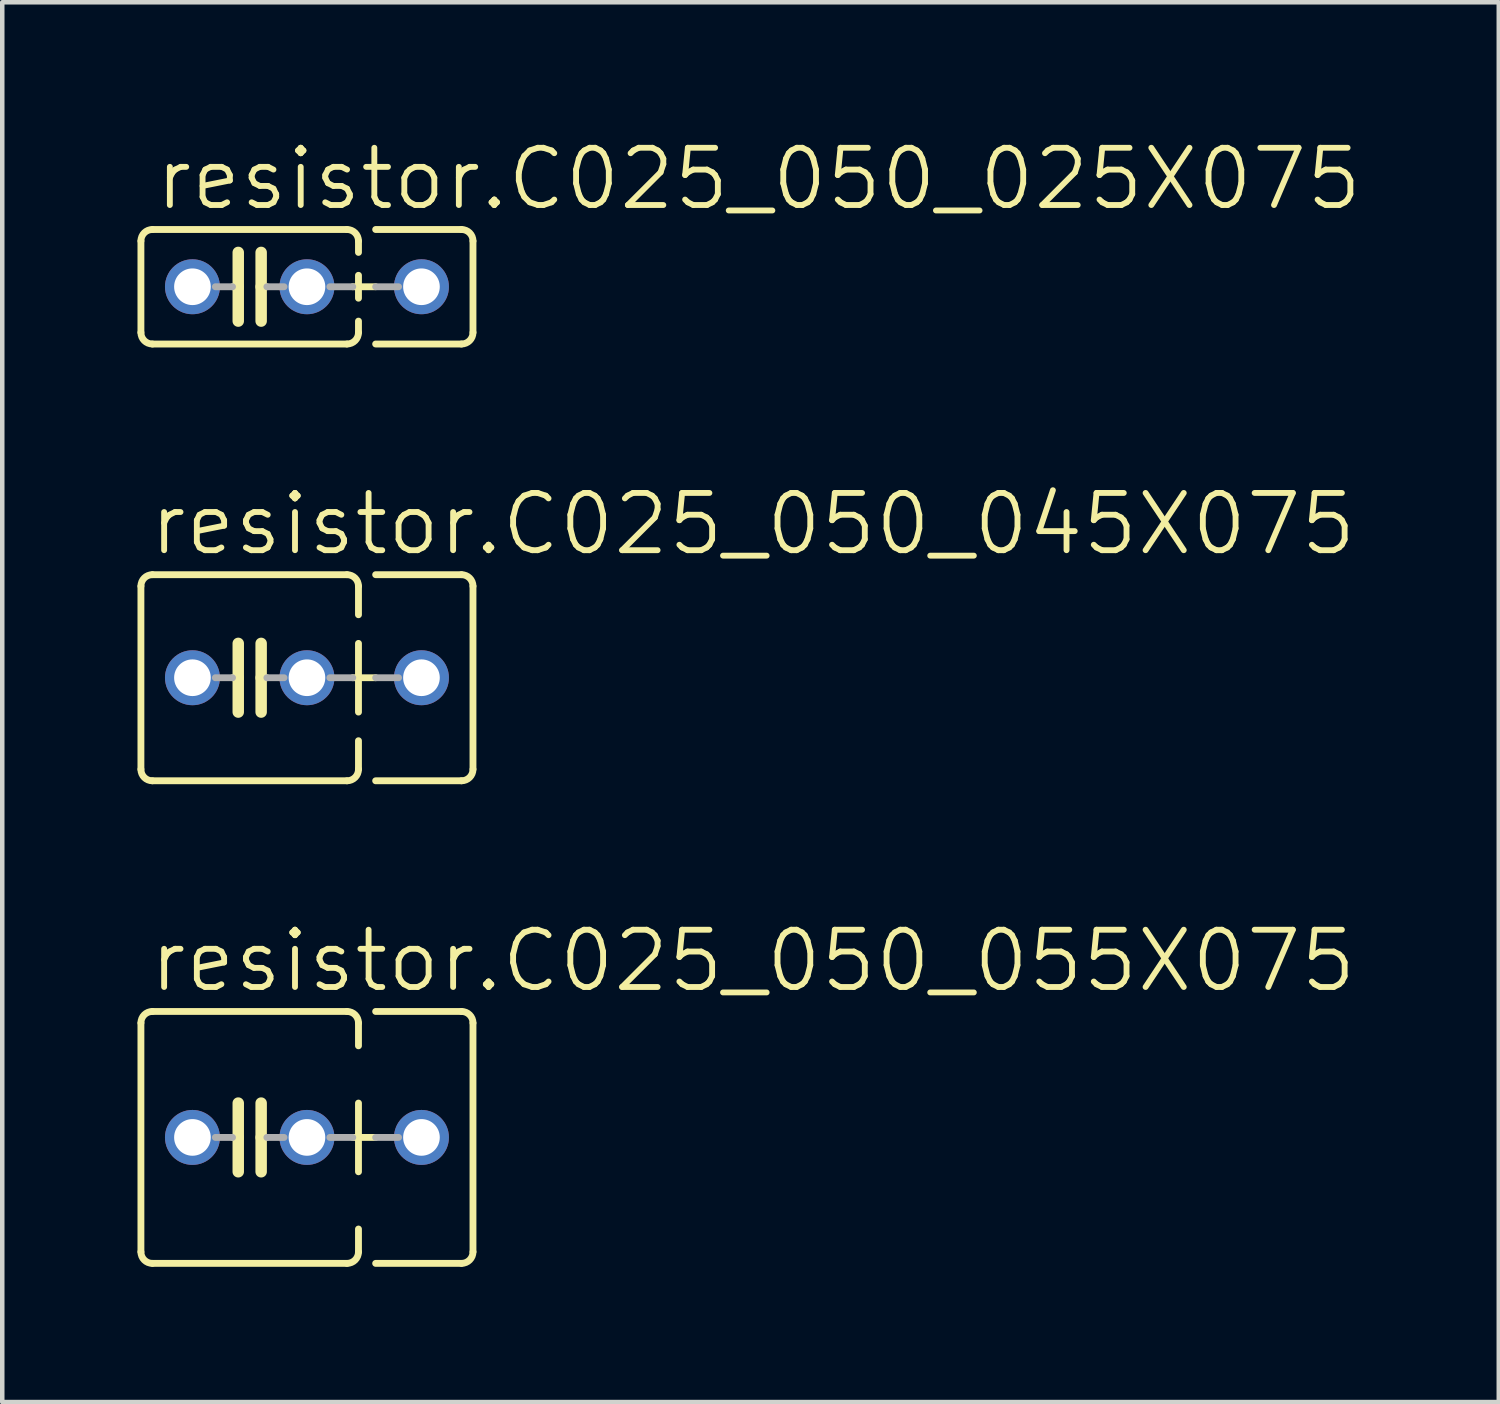
<source format=kicad_pcb>
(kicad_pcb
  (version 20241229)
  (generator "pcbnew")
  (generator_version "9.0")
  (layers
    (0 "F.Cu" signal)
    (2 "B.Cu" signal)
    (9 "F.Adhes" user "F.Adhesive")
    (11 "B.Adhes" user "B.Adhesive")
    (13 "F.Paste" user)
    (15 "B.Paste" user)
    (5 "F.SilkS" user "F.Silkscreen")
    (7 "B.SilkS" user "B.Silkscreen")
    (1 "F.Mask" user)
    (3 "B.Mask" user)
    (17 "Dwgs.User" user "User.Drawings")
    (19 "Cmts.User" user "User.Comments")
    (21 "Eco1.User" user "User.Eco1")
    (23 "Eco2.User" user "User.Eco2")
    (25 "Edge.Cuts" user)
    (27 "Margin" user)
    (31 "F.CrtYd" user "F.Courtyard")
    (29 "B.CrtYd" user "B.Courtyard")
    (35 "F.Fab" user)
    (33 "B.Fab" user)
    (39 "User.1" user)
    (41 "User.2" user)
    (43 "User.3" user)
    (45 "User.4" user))
  (footprint "resistor.C025_050_055X075"
    (layer "F.Cu")
    (at 2.489 22.181)
    (property "Reference" "resistor.C025_050_055X075" (at -2.286 -3.175 0) (layer "F.SilkS") (effects (font (size 1.27 1.27) (thickness 0.13)) (justify left bottom)))
    (attr through_hole)
    (fp_line (start -2.413 -2.54) (end -2.413 2.54) (stroke (width 0.152) (type default)) (layer "F.SilkS"))
    (fp_line (start -2.159 -2.794) (end 2.159 -2.794) (stroke (width 0.152) (type default)) (layer "F.SilkS"))
    (fp_line (start -0.254 -0.762) (end -0.254 0) (stroke (width 0.254) (type default)) (layer "F.SilkS"))
    (fp_line (start -0.254 0) (end -0.381 0) (stroke (width 0.152) (type default)) (layer "F.SilkS"))
    (fp_line (start -0.254 0) (end -0.254 0.762) (stroke (width 0.254) (type default)) (layer "F.SilkS"))
    (fp_line (start 0.254 0) (end 0.254 -0.762) (stroke (width 0.254) (type default)) (layer "F.SilkS"))
    (fp_line (start 0.254 0) (end 0.254 0.762) (stroke (width 0.254) (type default)) (layer "F.SilkS"))
    (fp_line (start 0.381 0) (end 0.254 0) (stroke (width 0.152) (type default)) (layer "F.SilkS"))
    (fp_line (start 2.159 2.794) (end -2.159 2.794) (stroke (width 0.152) (type default)) (layer "F.SilkS"))
    (fp_line (start 2.286 0) (end 2.794 0) (stroke (width 0.152) (type default)) (layer "F.SilkS"))
    (fp_line (start 2.413 -2.54) (end 2.413 -2.032) (stroke (width 0.152) (type default)) (layer "F.SilkS"))
    (fp_line (start 2.413 -0.762) (end 2.413 0.762) (stroke (width 0.152) (type default)) (layer "F.SilkS"))
    (fp_line (start 2.413 2.032) (end 2.413 2.54) (stroke (width 0.152) (type default)) (layer "F.SilkS"))
    (fp_line (start 2.794 -2.794) (end 4.699 -2.794) (stroke (width 0.152) (type default)) (layer "F.SilkS"))
    (fp_line (start 4.699 2.794) (end 2.794 2.794) (stroke (width 0.152) (type default)) (layer "F.SilkS"))
    (fp_line (start 4.953 -2.54) (end 4.953 2.54) (stroke (width 0.152) (type default)) (layer "F.SilkS"))
    (fp_arc (start -2.413 -2.54) (mid -2.338605 -2.719605) (end -2.159 -2.794) (stroke (width 0.1524) (type default)) (layer "F.SilkS"))
    (fp_arc (start -2.159 2.794) (mid -2.338605 2.719605) (end -2.413 2.54) (stroke (width 0.1524) (type default)) (layer "F.SilkS"))
    (fp_arc (start 2.159 -2.794) (mid 2.338605 -2.719605) (end 2.413 -2.54) (stroke (width 0.1524) (type default)) (layer "F.SilkS"))
    (fp_arc (start 2.413 2.54) (mid 2.338605 2.719605) (end 2.159 2.794) (stroke (width 0.1524) (type default)) (layer "F.SilkS"))
    (fp_arc (start 4.699 -2.794) (mid 4.878605 -2.719605) (end 4.953 -2.54) (stroke (width 0.1524) (type default)) (layer "F.SilkS"))
    (fp_arc (start 4.953 2.54) (mid 4.878605 2.719605) (end 4.699 2.794) (stroke (width 0.1524) (type default)) (layer "F.SilkS"))
    (fp_line (start -0.381 0) (end -0.762 0) (stroke (width 0.152) (type default)) (layer "F.Fab"))
    (fp_line (start 0.381 0) (end 0.762 0) (stroke (width 0.152) (type default)) (layer "F.Fab"))
    (fp_line (start 1.778 0) (end 2.286 0) (stroke (width 0.152) (type default)) (layer "F.Fab"))
    (fp_line (start 2.794 0) (end 3.302 0) (stroke (width 0.152) (type default)) (layer "F.Fab"))
    (pad "1" thru_hole circle (at -1.27 0) (size 1.219 1.219) (drill 0.813) (layers "*.Cu" "*.Mask"))
    (pad "2" thru_hole circle (at 1.27 0) (size 1.219 1.219) (drill 0.813) (layers "*.Cu" "*.Mask"))
    (pad "3" thru_hole circle (at 3.81 0) (size 1.219 1.219) (drill 0.813) (layers "*.Cu" "*.Mask")))
  (footprint "resistor.C025_050_025X075"
    (layer "F.Cu")
    (at 2.489 3.311)
    (property "Reference" "resistor.C025_050_025X075" (at -2.159 -1.651 0) (layer "F.SilkS") (effects (font (size 1.27 1.27) (thickness 0.13)) (justify left bottom)))
    (attr through_hole)
    (fp_line (start -2.413 -1.016) (end -2.413 1.016) (stroke (width 0.152) (type default)) (layer "F.SilkS"))
    (fp_line (start -2.159 -1.27) (end 2.159 -1.27) (stroke (width 0.152) (type default)) (layer "F.SilkS"))
    (fp_line (start -0.254 -0.762) (end -0.254 0) (stroke (width 0.254) (type default)) (layer "F.SilkS"))
    (fp_line (start -0.254 0) (end -0.381 0) (stroke (width 0.152) (type default)) (layer "F.SilkS"))
    (fp_line (start -0.254 0) (end -0.254 0.762) (stroke (width 0.254) (type default)) (layer "F.SilkS"))
    (fp_line (start 0.254 0) (end 0.254 -0.762) (stroke (width 0.254) (type default)) (layer "F.SilkS"))
    (fp_line (start 0.254 0) (end 0.254 0.762) (stroke (width 0.254) (type default)) (layer "F.SilkS"))
    (fp_line (start 0.381 0) (end 0.254 0) (stroke (width 0.152) (type default)) (layer "F.SilkS"))
    (fp_line (start 2.159 1.27) (end -2.159 1.27) (stroke (width 0.152) (type default)) (layer "F.SilkS"))
    (fp_line (start 2.286 0) (end 2.794 0) (stroke (width 0.152) (type default)) (layer "F.SilkS"))
    (fp_line (start 2.413 -1.016) (end 2.413 -0.762) (stroke (width 0.152) (type default)) (layer "F.SilkS"))
    (fp_line (start 2.413 -0.254) (end 2.413 0.254) (stroke (width 0.152) (type default)) (layer "F.SilkS"))
    (fp_line (start 2.413 0.762) (end 2.413 1.016) (stroke (width 0.152) (type default)) (layer "F.SilkS"))
    (fp_line (start 2.794 -1.27) (end 4.699 -1.27) (stroke (width 0.152) (type default)) (layer "F.SilkS"))
    (fp_line (start 4.699 1.27) (end 2.794 1.27) (stroke (width 0.152) (type default)) (layer "F.SilkS"))
    (fp_line (start 4.953 -1.016) (end 4.953 1.016) (stroke (width 0.152) (type default)) (layer "F.SilkS"))
    (fp_arc (start -2.413 -1.016) (mid -2.338605 -1.195605) (end -2.159 -1.27) (stroke (width 0.1524) (type default)) (layer "F.SilkS"))
    (fp_arc (start -2.159 1.27) (mid -2.338605 1.195605) (end -2.413 1.016) (stroke (width 0.1524) (type default)) (layer "F.SilkS"))
    (fp_arc (start 2.159 -1.27) (mid 2.338605 -1.195605) (end 2.413 -1.016) (stroke (width 0.1524) (type default)) (layer "F.SilkS"))
    (fp_arc (start 2.413 1.016) (mid 2.338605 1.195605) (end 2.159 1.27) (stroke (width 0.1524) (type default)) (layer "F.SilkS"))
    (fp_arc (start 4.699 -1.27) (mid 4.878605 -1.195605) (end 4.953 -1.016) (stroke (width 0.1524) (type default)) (layer "F.SilkS"))
    (fp_arc (start 4.953 1.016) (mid 4.878605 1.195605) (end 4.699 1.27) (stroke (width 0.1524) (type default)) (layer "F.SilkS"))
    (fp_line (start -0.381 0) (end -0.762 0) (stroke (width 0.152) (type default)) (layer "F.Fab"))
    (fp_line (start 0.762 0) (end 0.381 0) (stroke (width 0.152) (type default)) (layer "F.Fab"))
    (fp_line (start 1.778 0) (end 2.286 0) (stroke (width 0.152) (type default)) (layer "F.Fab"))
    (fp_line (start 2.794 0) (end 3.302 0) (stroke (width 0.152) (type default)) (layer "F.Fab"))
    (pad "1" thru_hole circle (at -1.27 0) (size 1.219 1.219) (drill 0.813) (layers "*.Cu" "*.Mask"))
    (pad "2" thru_hole circle (at 1.27 0) (size 1.219 1.219) (drill 0.813) (layers "*.Cu" "*.Mask"))
    (pad "3" thru_hole circle (at 3.81 0) (size 1.219 1.219) (drill 0.813) (layers "*.Cu" "*.Mask")))
  (footprint "resistor.C025_050_045X075"
    (layer "F.Cu")
    (at 2.489 11.984)
    (property "Reference" "resistor.C025_050_045X075" (at -2.286 -2.667 0) (layer "F.SilkS") (effects (font (size 1.27 1.27) (thickness 0.13)) (justify left bottom)))
    (attr through_hole)
    (fp_line (start -2.413 -2.032) (end -2.413 2.032) (stroke (width 0.152) (type default)) (layer "F.SilkS"))
    (fp_line (start -2.159 -2.286) (end 2.159 -2.286) (stroke (width 0.152) (type default)) (layer "F.SilkS"))
    (fp_line (start -0.254 -0.762) (end -0.254 0) (stroke (width 0.254) (type default)) (layer "F.SilkS"))
    (fp_line (start -0.254 0) (end -0.381 0) (stroke (width 0.152) (type default)) (layer "F.SilkS"))
    (fp_line (start -0.254 0) (end -0.254 0.762) (stroke (width 0.254) (type default)) (layer "F.SilkS"))
    (fp_line (start 0.254 0) (end 0.254 -0.762) (stroke (width 0.254) (type default)) (layer "F.SilkS"))
    (fp_line (start 0.254 0) (end 0.254 0.762) (stroke (width 0.254) (type default)) (layer "F.SilkS"))
    (fp_line (start 0.381 0) (end 0.254 0) (stroke (width 0.152) (type default)) (layer "F.SilkS"))
    (fp_line (start 2.159 2.286) (end -2.159 2.286) (stroke (width 0.152) (type default)) (layer "F.SilkS"))
    (fp_line (start 2.286 0) (end 2.794 0) (stroke (width 0.152) (type default)) (layer "F.SilkS"))
    (fp_line (start 2.413 -2.032) (end 2.413 -1.397) (stroke (width 0.152) (type default)) (layer "F.SilkS"))
    (fp_line (start 2.413 -0.762) (end 2.413 0.762) (stroke (width 0.152) (type default)) (layer "F.SilkS"))
    (fp_line (start 2.413 1.397) (end 2.413 2.032) (stroke (width 0.152) (type default)) (layer "F.SilkS"))
    (fp_line (start 2.794 -2.286) (end 4.699 -2.286) (stroke (width 0.152) (type default)) (layer "F.SilkS"))
    (fp_line (start 4.699 2.286) (end 2.794 2.286) (stroke (width 0.152) (type default)) (layer "F.SilkS"))
    (fp_line (start 4.953 -2.032) (end 4.953 2.032) (stroke (width 0.152) (type default)) (layer "F.SilkS"))
    (fp_arc (start -2.413 -2.032) (mid -2.338605 -2.211605) (end -2.159 -2.286) (stroke (width 0.1524) (type default)) (layer "F.SilkS"))
    (fp_arc (start -2.159 2.286) (mid -2.338605 2.211605) (end -2.413 2.032) (stroke (width 0.1524) (type default)) (layer "F.SilkS"))
    (fp_arc (start 2.159 -2.286) (mid 2.338605 -2.211605) (end 2.413 -2.032) (stroke (width 0.1524) (type default)) (layer "F.SilkS"))
    (fp_arc (start 2.413 2.032) (mid 2.338605 2.211605) (end 2.159 2.286) (stroke (width 0.1524) (type default)) (layer "F.SilkS"))
    (fp_arc (start 4.699 -2.286) (mid 4.878605 -2.211605) (end 4.953 -2.032) (stroke (width 0.1524) (type default)) (layer "F.SilkS"))
    (fp_arc (start 4.953 2.032) (mid 4.878605 2.211605) (end 4.699 2.286) (stroke (width 0.1524) (type default)) (layer "F.SilkS"))
    (fp_line (start -0.381 0) (end -0.762 0) (stroke (width 0.152) (type default)) (layer "F.Fab"))
    (fp_line (start 0.381 0) (end 0.762 0) (stroke (width 0.152) (type default)) (layer "F.Fab"))
    (fp_line (start 2.286 0) (end 1.778 0) (stroke (width 0.152) (type default)) (layer "F.Fab"))
    (fp_line (start 2.794 0) (end 3.302 0) (stroke (width 0.152) (type default)) (layer "F.Fab"))
    (pad "1" thru_hole circle (at -1.27 0) (size 1.219 1.219) (drill 0.813) (layers "*.Cu" "*.Mask"))
    (pad "2" thru_hole circle (at 1.27 0) (size 1.219 1.219) (drill 0.813) (layers "*.Cu" "*.Mask"))
    (pad "3" thru_hole circle (at 3.81 0) (size 1.219 1.219) (drill 0.813) (layers "*.Cu" "*.Mask")))
  (gr_rect
    (start -3 -3)
    (end 30.197 28.052)
    (stroke (width 0.1) (type default))
    (fill no)
    (layer "Edge.Cuts")))
</source>
